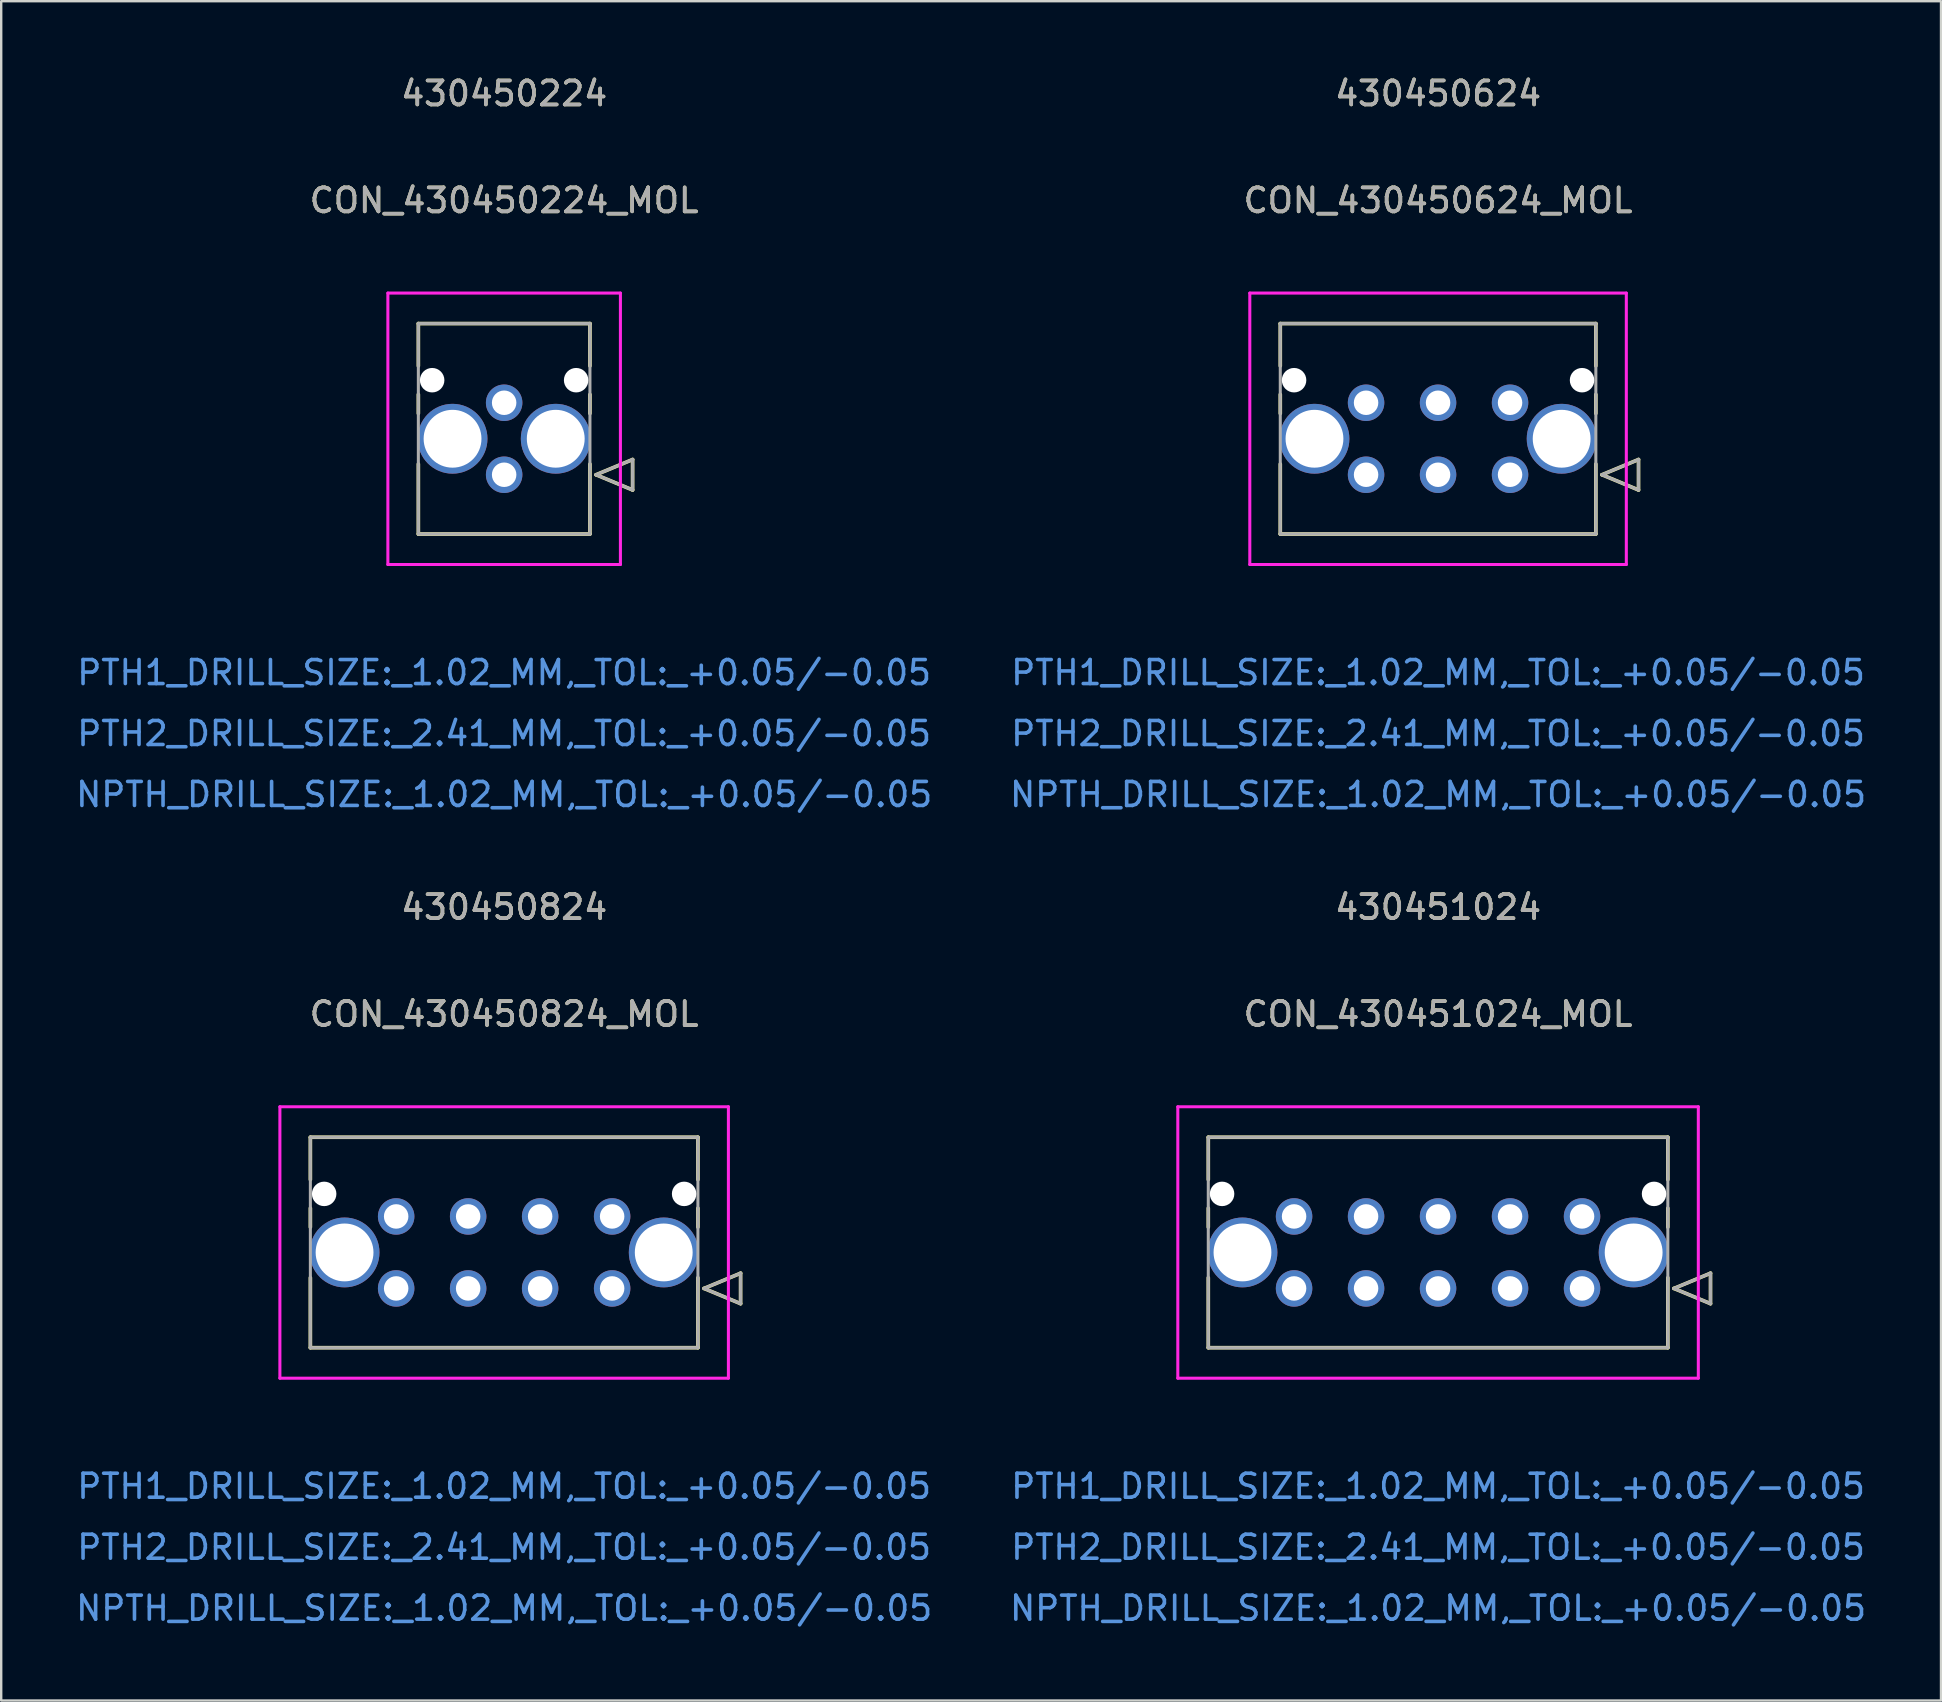
<source format=kicad_pcb>
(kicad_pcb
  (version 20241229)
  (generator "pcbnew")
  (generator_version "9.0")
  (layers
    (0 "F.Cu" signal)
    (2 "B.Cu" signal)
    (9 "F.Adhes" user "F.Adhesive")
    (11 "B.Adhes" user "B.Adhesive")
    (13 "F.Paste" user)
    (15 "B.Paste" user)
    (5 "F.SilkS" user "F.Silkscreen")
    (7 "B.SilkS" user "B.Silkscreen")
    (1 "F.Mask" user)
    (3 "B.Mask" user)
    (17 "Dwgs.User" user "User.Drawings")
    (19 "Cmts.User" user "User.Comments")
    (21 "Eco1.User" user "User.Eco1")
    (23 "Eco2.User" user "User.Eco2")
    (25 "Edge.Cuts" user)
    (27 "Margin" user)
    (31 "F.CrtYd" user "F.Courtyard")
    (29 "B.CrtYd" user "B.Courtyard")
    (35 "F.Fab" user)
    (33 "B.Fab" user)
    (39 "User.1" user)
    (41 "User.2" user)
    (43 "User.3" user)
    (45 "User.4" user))
  (footprint "CON_430451024_MOL"
    (layer "F.Cu")
    (at 62.875 50.64)
    (property "Reference" "CON_430451024_MOL" (at -6 -11.43 0) (unlocked yes) (layer "F.SilkS") (effects (font (size 1 1) (thickness 0.15))))
    (attr through_hole)
    (fp_line (start -15.575 -6.3) (end -15.575 -4.535) (stroke (width 0.152) (type solid)) (layer "F.SilkS"))
    (fp_line (start -15.575 -3.345) (end -15.575 -2.554) (stroke (width 0.152) (type solid)) (layer "F.SilkS"))
    (fp_line (start -15.575 -0.446) (end -15.575 2.47) (stroke (width 0.152) (type solid)) (layer "F.SilkS"))
    (fp_line (start -15.575 2.47) (end 3.575 2.47) (stroke (width 0.152) (type solid)) (layer "F.SilkS"))
    (fp_line (start 3.575 -6.3) (end -15.575 -6.3) (stroke (width 0.152) (type solid)) (layer "F.SilkS"))
    (fp_line (start 3.575 -4.535) (end 3.575 -6.3) (stroke (width 0.152) (type solid)) (layer "F.SilkS"))
    (fp_line (start 3.575 -2.554) (end 3.575 -3.345) (stroke (width 0.152) (type solid)) (layer "F.SilkS"))
    (fp_line (start 3.575 2.47) (end 3.575 -0.446) (stroke (width 0.152) (type solid)) (layer "F.SilkS"))
    (fp_line (start 3.829 0) (end 5.353 -0.635) (stroke (width 0.152) (type solid)) (layer "F.SilkS"))
    (fp_line (start 5.353 -0.635) (end 5.353 0.635) (stroke (width 0.152) (type solid)) (layer "F.SilkS"))
    (fp_line (start 5.353 0.635) (end 3.829 0) (stroke (width 0.152) (type solid)) (layer "F.SilkS"))
    (fp_line (start -16.845 -7.57) (end -16.845 3.74) (stroke (width 0.127) (type solid)) (layer "F.CrtYd"))
    (fp_line (start -16.845 3.74) (end 4.845 3.74) (stroke (width 0.127) (type solid)) (layer "F.CrtYd"))
    (fp_line (start 4.845 -7.57) (end -16.845 -7.57) (stroke (width 0.127) (type solid)) (layer "F.CrtYd"))
    (fp_line (start 4.845 3.74) (end 4.845 -7.57) (stroke (width 0.127) (type solid)) (layer "F.CrtYd"))
    (fp_line (start -15.575 -6.3) (end -15.575 2.47) (stroke (width 0.127) (type solid)) (layer "F.Fab"))
    (fp_line (start -15.575 2.47) (end 3.575 2.47) (stroke (width 0.127) (type solid)) (layer "F.Fab"))
    (fp_line (start 3.575 -6.3) (end -15.575 -6.3) (stroke (width 0.127) (type solid)) (layer "F.Fab"))
    (fp_line (start 3.575 2.47) (end 3.575 -6.3) (stroke (width 0.127) (type solid)) (layer "F.Fab"))
    (fp_line (start 3.829 0) (end 5.353 -0.635) (stroke (width 0.127) (type solid)) (layer "F.Fab"))
    (fp_line (start 5.353 -0.635) (end 5.353 0.635) (stroke (width 0.127) (type solid)) (layer "F.Fab"))
    (fp_line (start 5.353 0.635) (end 3.829 0) (stroke (width 0.127) (type solid)) (layer "F.Fab"))
    (fp_text user "430451024" (at -6 -15.885 0) (unlocked yes) (layer "F.SilkS") (effects (font (size 1 1) (thickness 0.15))))
    (fp_text user "PTH1_DRILL_SIZE:_1.02_MM,_TOL:_+0.05/-0.05" (at -6 8.245 0) (unlocked yes) (layer "Cmts.User") (effects (font (size 1 1) (thickness 0.15))))
    (fp_text user "PTH2_DRILL_SIZE:_2.41_MM,_TOL:_+0.05/-0.05" (at -6 10.785 0) (unlocked yes) (layer "Cmts.User") (effects (font (size 1 1) (thickness 0.15))))
    (fp_text user "NPTH_DRILL_SIZE:_1.02_MM,_TOL:_+0.05/-0.05" (at -6 13.325 0) (unlocked yes) (layer "Cmts.User") (effects (font (size 1 1) (thickness 0.15))))
    (fp_text user "430451024" (at -6 -15.885 0) (unlocked yes) (layer "F.Fab") (effects (font (size 1 1) (thickness 0.15))))
    (fp_text user "${REFERENCE}" (at -6 -11.43 0) (unlocked yes) (layer "F.Fab") (effects (font (size 1 1) (thickness 0.15))))
    (pad "" np_thru_hole circle (at -15 -3.94) (size 1.02 1.02) (drill 1.02) (layers "*.Cu" "*.Mask"))
    (pad "" np_thru_hole circle (at 3 -3.94) (size 1.02 1.02) (drill 1.02) (layers "*.Cu" "*.Mask"))
    (pad "1" thru_hole circle (at 0 0) (size 1.52 1.52) (drill 1.02) (layers "*.Cu" "*.Mask"))
    (pad "2" thru_hole circle (at -3 0) (size 1.52 1.52) (drill 1.02) (layers "*.Cu" "*.Mask"))
    (pad "3" thru_hole circle (at -6 0) (size 1.52 1.52) (drill 1.02) (layers "*.Cu" "*.Mask"))
    (pad "4" thru_hole circle (at -9 0) (size 1.52 1.52) (drill 1.02) (layers "*.Cu" "*.Mask"))
    (pad "5" thru_hole circle (at -12 0) (size 1.52 1.52) (drill 1.02) (layers "*.Cu" "*.Mask"))
    (pad "6" thru_hole circle (at 0 -3) (size 1.52 1.52) (drill 1.02) (layers "*.Cu" "*.Mask"))
    (pad "7" thru_hole circle (at -3 -3) (size 1.52 1.52) (drill 1.02) (layers "*.Cu" "*.Mask"))
    (pad "8" thru_hole circle (at -6 -3) (size 1.52 1.52) (drill 1.02) (layers "*.Cu" "*.Mask"))
    (pad "9" thru_hole circle (at -9 -3) (size 1.52 1.52) (drill 1.02) (layers "*.Cu" "*.Mask"))
    (pad "10" thru_hole circle (at -12 -3) (size 1.52 1.52) (drill 1.02) (layers "*.Cu" "*.Mask"))
    (pad "P1" thru_hole circle (at 2.15 -1.5) (size 2.91 2.91) (drill 2.41) (layers "*.Cu" "*.Mask"))
    (pad "P2" thru_hole circle (at -14.15 -1.5) (size 2.91 2.91) (drill 2.41) (layers "*.Cu" "*.Mask")))
  (footprint "CON_430450824_MOL"
    (layer "F.Cu")
    (at 22.458 50.64)
    (property "Reference" "CON_430450824_MOL" (at -4.5 -11.43 0) (unlocked yes) (layer "F.SilkS") (effects (font (size 1 1) (thickness 0.15))))
    (attr through_hole)
    (fp_line (start -12.575 -6.3) (end -12.575 -4.535) (stroke (width 0.152) (type solid)) (layer "F.SilkS"))
    (fp_line (start -12.575 -3.345) (end -12.575 -2.554) (stroke (width 0.152) (type solid)) (layer "F.SilkS"))
    (fp_line (start -12.575 -0.446) (end -12.575 2.47) (stroke (width 0.152) (type solid)) (layer "F.SilkS"))
    (fp_line (start -12.575 2.47) (end 3.575 2.47) (stroke (width 0.152) (type solid)) (layer "F.SilkS"))
    (fp_line (start 3.575 -6.3) (end -12.575 -6.3) (stroke (width 0.152) (type solid)) (layer "F.SilkS"))
    (fp_line (start 3.575 -4.535) (end 3.575 -6.3) (stroke (width 0.152) (type solid)) (layer "F.SilkS"))
    (fp_line (start 3.575 -2.554) (end 3.575 -3.345) (stroke (width 0.152) (type solid)) (layer "F.SilkS"))
    (fp_line (start 3.575 2.47) (end 3.575 -0.446) (stroke (width 0.152) (type solid)) (layer "F.SilkS"))
    (fp_line (start 3.829 0) (end 5.353 -0.635) (stroke (width 0.152) (type solid)) (layer "F.SilkS"))
    (fp_line (start 5.353 -0.635) (end 5.353 0.635) (stroke (width 0.152) (type solid)) (layer "F.SilkS"))
    (fp_line (start 5.353 0.635) (end 3.829 0) (stroke (width 0.152) (type solid)) (layer "F.SilkS"))
    (fp_line (start -13.845 -7.57) (end -13.845 3.74) (stroke (width 0.127) (type solid)) (layer "F.CrtYd"))
    (fp_line (start -13.845 3.74) (end 4.845 3.74) (stroke (width 0.127) (type solid)) (layer "F.CrtYd"))
    (fp_line (start 4.845 -7.57) (end -13.845 -7.57) (stroke (width 0.127) (type solid)) (layer "F.CrtYd"))
    (fp_line (start 4.845 3.74) (end 4.845 -7.57) (stroke (width 0.127) (type solid)) (layer "F.CrtYd"))
    (fp_line (start -12.575 -6.3) (end -12.575 2.47) (stroke (width 0.127) (type solid)) (layer "F.Fab"))
    (fp_line (start -12.575 2.47) (end 3.575 2.47) (stroke (width 0.127) (type solid)) (layer "F.Fab"))
    (fp_line (start 3.575 -6.3) (end -12.575 -6.3) (stroke (width 0.127) (type solid)) (layer "F.Fab"))
    (fp_line (start 3.575 2.47) (end 3.575 -6.3) (stroke (width 0.127) (type solid)) (layer "F.Fab"))
    (fp_line (start 3.829 0) (end 5.353 -0.635) (stroke (width 0.127) (type solid)) (layer "F.Fab"))
    (fp_line (start 5.353 -0.635) (end 5.353 0.635) (stroke (width 0.127) (type solid)) (layer "F.Fab"))
    (fp_line (start 5.353 0.635) (end 3.829 0) (stroke (width 0.127) (type solid)) (layer "F.Fab"))
    (fp_text user "430450824" (at -4.5 -15.885 0) (unlocked yes) (layer "F.SilkS") (effects (font (size 1 1) (thickness 0.15))))
    (fp_text user "NPTH_DRILL_SIZE:_1.02_MM,_TOL:_+0.05/-0.05" (at -4.5 13.325 0) (unlocked yes) (layer "Cmts.User") (effects (font (size 1 1) (thickness 0.15))))
    (fp_text user "PTH2_DRILL_SIZE:_2.41_MM,_TOL:_+0.05/-0.05" (at -4.5 10.785 0) (unlocked yes) (layer "Cmts.User") (effects (font (size 1 1) (thickness 0.15))))
    (fp_text user "PTH1_DRILL_SIZE:_1.02_MM,_TOL:_+0.05/-0.05" (at -4.5 8.245 0) (unlocked yes) (layer "Cmts.User") (effects (font (size 1 1) (thickness 0.15))))
    (fp_text user "${REFERENCE}" (at -4.5 -11.43 0) (unlocked yes) (layer "F.Fab") (effects (font (size 1 1) (thickness 0.15))))
    (fp_text user "430450824" (at -4.5 -15.885 0) (unlocked yes) (layer "F.Fab") (effects (font (size 1 1) (thickness 0.15))))
    (pad "" np_thru_hole circle (at -12 -3.94) (size 1.02 1.02) (drill 1.02) (layers "*.Cu" "*.Mask"))
    (pad "" np_thru_hole circle (at 3 -3.94) (size 1.02 1.02) (drill 1.02) (layers "*.Cu" "*.Mask"))
    (pad "1" thru_hole circle (at 0 0) (size 1.52 1.52) (drill 1.02) (layers "*.Cu" "*.Mask"))
    (pad "2" thru_hole circle (at -3 0) (size 1.52 1.52) (drill 1.02) (layers "*.Cu" "*.Mask"))
    (pad "3" thru_hole circle (at -6 0) (size 1.52 1.52) (drill 1.02) (layers "*.Cu" "*.Mask"))
    (pad "4" thru_hole circle (at -9 0) (size 1.52 1.52) (drill 1.02) (layers "*.Cu" "*.Mask"))
    (pad "5" thru_hole circle (at 0 -3) (size 1.52 1.52) (drill 1.02) (layers "*.Cu" "*.Mask"))
    (pad "6" thru_hole circle (at -3 -3) (size 1.52 1.52) (drill 1.02) (layers "*.Cu" "*.Mask"))
    (pad "7" thru_hole circle (at -6 -3) (size 1.52 1.52) (drill 1.02) (layers "*.Cu" "*.Mask"))
    (pad "8" thru_hole circle (at -9 -3) (size 1.52 1.52) (drill 1.02) (layers "*.Cu" "*.Mask"))
    (pad "P1" thru_hole circle (at 2.15 -1.5) (size 2.91 2.91) (drill 2.41) (layers "*.Cu" "*.Mask"))
    (pad "P2" thru_hole circle (at -11.15 -1.5) (size 2.91 2.91) (drill 2.41) (layers "*.Cu" "*.Mask")))
  (footprint "CON_430450224_MOL"
    (layer "F.Cu")
    (at 17.958 16.733)
    (property "Reference" "CON_430450224_MOL" (at 0 -11.43 0) (unlocked yes) (layer "F.SilkS") (effects (font (size 1 1) (thickness 0.15))))
    (attr through_hole)
    (fp_line (start -3.575 -6.3) (end -3.575 -4.535) (stroke (width 0.152) (type solid)) (layer "F.SilkS"))
    (fp_line (start -3.575 -3.345) (end -3.575 -2.554) (stroke (width 0.152) (type solid)) (layer "F.SilkS"))
    (fp_line (start -3.575 -0.446) (end -3.575 2.47) (stroke (width 0.152) (type solid)) (layer "F.SilkS"))
    (fp_line (start -3.575 2.47) (end 3.575 2.47) (stroke (width 0.152) (type solid)) (layer "F.SilkS"))
    (fp_line (start 3.575 -6.3) (end -3.575 -6.3) (stroke (width 0.152) (type solid)) (layer "F.SilkS"))
    (fp_line (start 3.575 -4.535) (end 3.575 -6.3) (stroke (width 0.152) (type solid)) (layer "F.SilkS"))
    (fp_line (start 3.575 -2.554) (end 3.575 -3.345) (stroke (width 0.152) (type solid)) (layer "F.SilkS"))
    (fp_line (start 3.575 2.47) (end 3.575 -0.446) (stroke (width 0.152) (type solid)) (layer "F.SilkS"))
    (fp_line (start 3.829 0) (end 5.353 -0.635) (stroke (width 0.152) (type solid)) (layer "F.SilkS"))
    (fp_line (start 5.353 -0.635) (end 5.353 0.635) (stroke (width 0.152) (type solid)) (layer "F.SilkS"))
    (fp_line (start 5.353 0.635) (end 3.829 0) (stroke (width 0.152) (type solid)) (layer "F.SilkS"))
    (fp_line (start -4.845 -7.57) (end -4.845 3.74) (stroke (width 0.127) (type solid)) (layer "F.CrtYd"))
    (fp_line (start -4.845 3.74) (end 4.845 3.74) (stroke (width 0.127) (type solid)) (layer "F.CrtYd"))
    (fp_line (start 4.845 -7.57) (end -4.845 -7.57) (stroke (width 0.127) (type solid)) (layer "F.CrtYd"))
    (fp_line (start 4.845 3.74) (end 4.845 -7.57) (stroke (width 0.127) (type solid)) (layer "F.CrtYd"))
    (fp_line (start -3.575 -6.3) (end -3.575 2.47) (stroke (width 0.127) (type solid)) (layer "F.Fab"))
    (fp_line (start -3.575 2.47) (end 3.575 2.47) (stroke (width 0.127) (type solid)) (layer "F.Fab"))
    (fp_line (start 3.575 -6.3) (end -3.575 -6.3) (stroke (width 0.127) (type solid)) (layer "F.Fab"))
    (fp_line (start 3.575 2.47) (end 3.575 -6.3) (stroke (width 0.127) (type solid)) (layer "F.Fab"))
    (fp_line (start 3.829 0) (end 5.353 -0.635) (stroke (width 0.127) (type solid)) (layer "F.Fab"))
    (fp_line (start 5.353 -0.635) (end 5.353 0.635) (stroke (width 0.127) (type solid)) (layer "F.Fab"))
    (fp_line (start 5.353 0.635) (end 3.829 0) (stroke (width 0.127) (type solid)) (layer "F.Fab"))
    (fp_text user "430450224" (at 0 -15.885 0) (unlocked yes) (layer "F.SilkS") (effects (font (size 1 1) (thickness 0.15))))
    (fp_text user "NPTH_DRILL_SIZE:_1.02_MM,_TOL:_+0.05/-0.05" (at 0 13.325 0) (unlocked yes) (layer "Cmts.User") (effects (font (size 1 1) (thickness 0.15))))
    (fp_text user "PTH1_DRILL_SIZE:_1.02_MM,_TOL:_+0.05/-0.05" (at 0 8.245 0) (unlocked yes) (layer "Cmts.User") (effects (font (size 1 1) (thickness 0.15))))
    (fp_text user "PTH2_DRILL_SIZE:_2.41_MM,_TOL:_+0.05/-0.05" (at 0 10.785 0) (unlocked yes) (layer "Cmts.User") (effects (font (size 1 1) (thickness 0.15))))
    (fp_text user "${REFERENCE}" (at 0 -11.43 0) (unlocked yes) (layer "F.Fab") (effects (font (size 1 1) (thickness 0.15))))
    (fp_text user "430450224" (at 0 -15.885 0) (unlocked yes) (layer "F.Fab") (effects (font (size 1 1) (thickness 0.15))))
    (pad "" np_thru_hole circle (at -3 -3.94) (size 1.02 1.02) (drill 1.02) (layers "*.Cu" "*.Mask"))
    (pad "" np_thru_hole circle (at 3 -3.94) (size 1.02 1.02) (drill 1.02) (layers "*.Cu" "*.Mask"))
    (pad "1" thru_hole circle (at 0 0) (size 1.52 1.52) (drill 1.02) (layers "*.Cu" "*.Mask"))
    (pad "2" thru_hole circle (at 0 -3) (size 1.52 1.52) (drill 1.02) (layers "*.Cu" "*.Mask"))
    (pad "P1" thru_hole circle (at 2.15 -1.5) (size 2.91 2.91) (drill 2.41) (layers "*.Cu" "*.Mask"))
    (pad "P2" thru_hole circle (at -2.15 -1.5) (size 2.91 2.91) (drill 2.41) (layers "*.Cu" "*.Mask")))
  (footprint "CON_430450624_MOL"
    (layer "F.Cu")
    (at 59.875 16.733)
    (property "Reference" "CON_430450624_MOL" (at -3 -11.43 0) (unlocked yes) (layer "F.SilkS") (effects (font (size 1 1) (thickness 0.15))))
    (attr through_hole)
    (fp_line (start -9.575 -6.3) (end -9.575 -4.535) (stroke (width 0.152) (type solid)) (layer "F.SilkS"))
    (fp_line (start -9.575 -3.345) (end -9.575 -2.554) (stroke (width 0.152) (type solid)) (layer "F.SilkS"))
    (fp_line (start -9.575 -0.446) (end -9.575 2.47) (stroke (width 0.152) (type solid)) (layer "F.SilkS"))
    (fp_line (start -9.575 2.47) (end 3.575 2.47) (stroke (width 0.152) (type solid)) (layer "F.SilkS"))
    (fp_line (start 3.575 -6.3) (end -9.575 -6.3) (stroke (width 0.152) (type solid)) (layer "F.SilkS"))
    (fp_line (start 3.575 -4.535) (end 3.575 -6.3) (stroke (width 0.152) (type solid)) (layer "F.SilkS"))
    (fp_line (start 3.575 -2.554) (end 3.575 -3.345) (stroke (width 0.152) (type solid)) (layer "F.SilkS"))
    (fp_line (start 3.575 2.47) (end 3.575 -0.446) (stroke (width 0.152) (type solid)) (layer "F.SilkS"))
    (fp_line (start 3.829 0) (end 5.353 -0.635) (stroke (width 0.152) (type solid)) (layer "F.SilkS"))
    (fp_line (start 5.353 -0.635) (end 5.353 0.635) (stroke (width 0.152) (type solid)) (layer "F.SilkS"))
    (fp_line (start 5.353 0.635) (end 3.829 0) (stroke (width 0.152) (type solid)) (layer "F.SilkS"))
    (fp_line (start -10.845 -7.57) (end -10.845 3.74) (stroke (width 0.127) (type solid)) (layer "F.CrtYd"))
    (fp_line (start -10.845 3.74) (end 4.845 3.74) (stroke (width 0.127) (type solid)) (layer "F.CrtYd"))
    (fp_line (start 4.845 -7.57) (end -10.845 -7.57) (stroke (width 0.127) (type solid)) (layer "F.CrtYd"))
    (fp_line (start 4.845 3.74) (end 4.845 -7.57) (stroke (width 0.127) (type solid)) (layer "F.CrtYd"))
    (fp_line (start -9.575 -6.3) (end -9.575 2.47) (stroke (width 0.127) (type solid)) (layer "F.Fab"))
    (fp_line (start -9.575 2.47) (end 3.575 2.47) (stroke (width 0.127) (type solid)) (layer "F.Fab"))
    (fp_line (start 3.575 -6.3) (end -9.575 -6.3) (stroke (width 0.127) (type solid)) (layer "F.Fab"))
    (fp_line (start 3.575 2.47) (end 3.575 -6.3) (stroke (width 0.127) (type solid)) (layer "F.Fab"))
    (fp_line (start 3.829 0) (end 5.353 -0.635) (stroke (width 0.127) (type solid)) (layer "F.Fab"))
    (fp_line (start 5.353 -0.635) (end 5.353 0.635) (stroke (width 0.127) (type solid)) (layer "F.Fab"))
    (fp_line (start 5.353 0.635) (end 3.829 0) (stroke (width 0.127) (type solid)) (layer "F.Fab"))
    (fp_text user "430450624" (at -3 -15.885 0) (unlocked yes) (layer "F.SilkS") (effects (font (size 1 1) (thickness 0.15))))
    (fp_text user "PTH2_DRILL_SIZE:_2.41_MM,_TOL:_+0.05/-0.05" (at -3 10.785 0) (unlocked yes) (layer "Cmts.User") (effects (font (size 1 1) (thickness 0.15))))
    (fp_text user "PTH1_DRILL_SIZE:_1.02_MM,_TOL:_+0.05/-0.05" (at -3 8.245 0) (unlocked yes) (layer "Cmts.User") (effects (font (size 1 1) (thickness 0.15))))
    (fp_text user "NPTH_DRILL_SIZE:_1.02_MM,_TOL:_+0.05/-0.05" (at -3 13.325 0) (unlocked yes) (layer "Cmts.User") (effects (font (size 1 1) (thickness 0.15))))
    (fp_text user "${REFERENCE}" (at -3 -11.43 0) (unlocked yes) (layer "F.Fab") (effects (font (size 1 1) (thickness 0.15))))
    (fp_text user "430450624" (at -3 -15.885 0) (unlocked yes) (layer "F.Fab") (effects (font (size 1 1) (thickness 0.15))))
    (pad "" np_thru_hole circle (at -9 -3.94) (size 1.02 1.02) (drill 1.02) (layers "*.Cu" "*.Mask"))
    (pad "" np_thru_hole circle (at 3 -3.94) (size 1.02 1.02) (drill 1.02) (layers "*.Cu" "*.Mask"))
    (pad "1" thru_hole circle (at 0 0) (size 1.52 1.52) (drill 1.02) (layers "*.Cu" "*.Mask"))
    (pad "2" thru_hole circle (at -3 0) (size 1.52 1.52) (drill 1.02) (layers "*.Cu" "*.Mask"))
    (pad "3" thru_hole circle (at -6 0) (size 1.52 1.52) (drill 1.02) (layers "*.Cu" "*.Mask"))
    (pad "4" thru_hole circle (at 0 -3) (size 1.52 1.52) (drill 1.02) (layers "*.Cu" "*.Mask"))
    (pad "5" thru_hole circle (at -3 -3) (size 1.52 1.52) (drill 1.02) (layers "*.Cu" "*.Mask"))
    (pad "6" thru_hole circle (at -6 -3) (size 1.52 1.52) (drill 1.02) (layers "*.Cu" "*.Mask"))
    (pad "P1" thru_hole circle (at 2.15 -1.5) (size 2.91 2.91) (drill 2.41) (layers "*.Cu" "*.Mask"))
    (pad "P2" thru_hole circle (at -8.15 -1.5) (size 2.91 2.91) (drill 2.41) (layers "*.Cu" "*.Mask")))
  (gr_rect
    (start -3 -3)
    (end 77.833 67.813)
    (stroke (width 0.1) (type default))
    (fill no)
    (layer "Edge.Cuts")))
</source>
